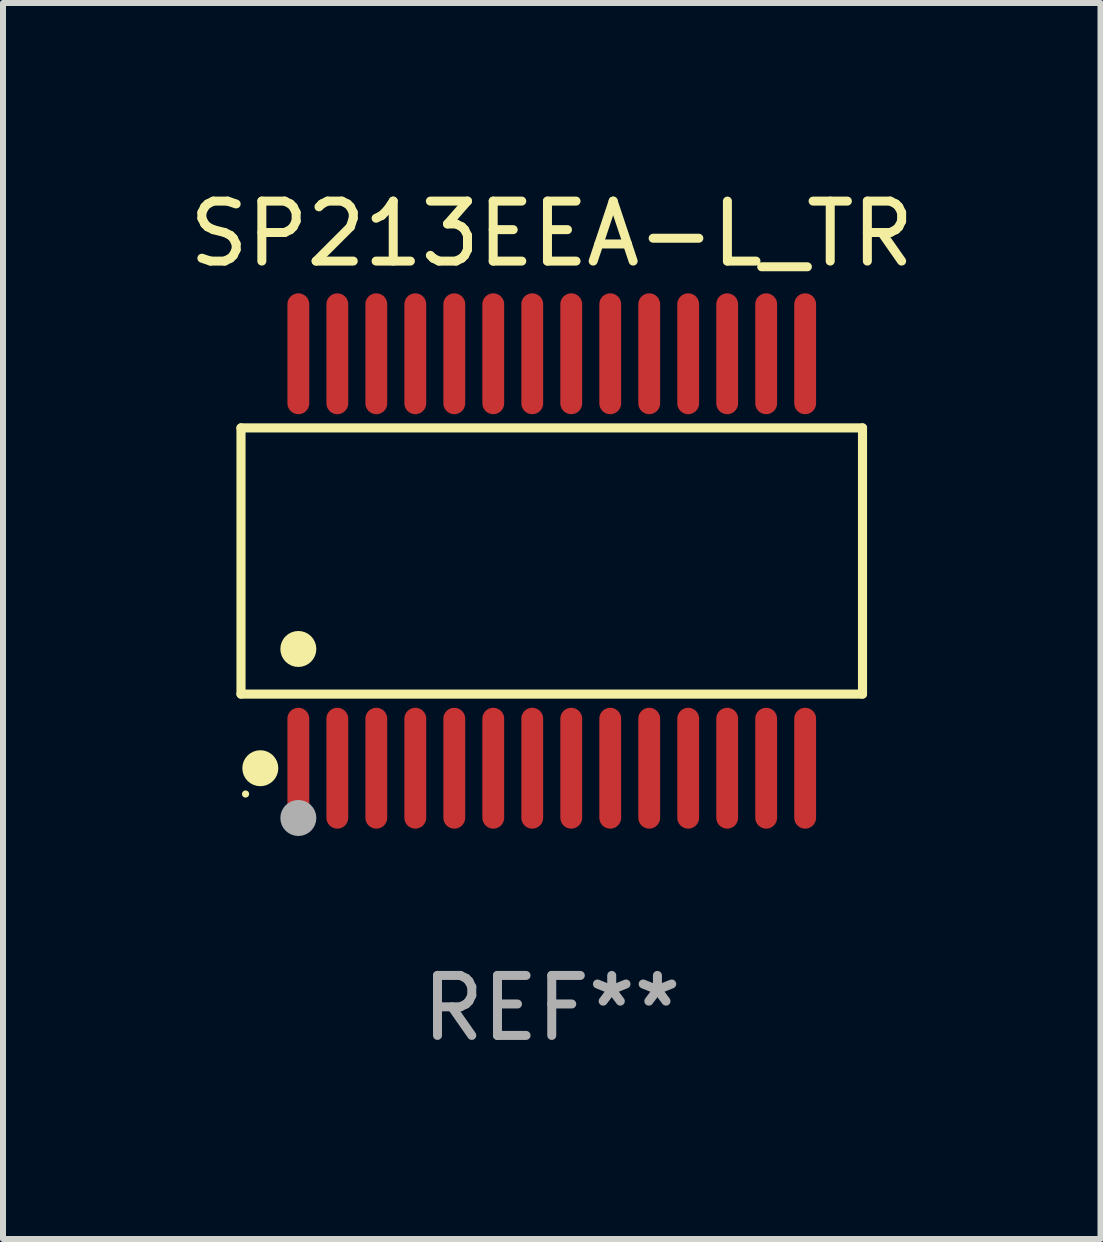
<source format=kicad_pcb>
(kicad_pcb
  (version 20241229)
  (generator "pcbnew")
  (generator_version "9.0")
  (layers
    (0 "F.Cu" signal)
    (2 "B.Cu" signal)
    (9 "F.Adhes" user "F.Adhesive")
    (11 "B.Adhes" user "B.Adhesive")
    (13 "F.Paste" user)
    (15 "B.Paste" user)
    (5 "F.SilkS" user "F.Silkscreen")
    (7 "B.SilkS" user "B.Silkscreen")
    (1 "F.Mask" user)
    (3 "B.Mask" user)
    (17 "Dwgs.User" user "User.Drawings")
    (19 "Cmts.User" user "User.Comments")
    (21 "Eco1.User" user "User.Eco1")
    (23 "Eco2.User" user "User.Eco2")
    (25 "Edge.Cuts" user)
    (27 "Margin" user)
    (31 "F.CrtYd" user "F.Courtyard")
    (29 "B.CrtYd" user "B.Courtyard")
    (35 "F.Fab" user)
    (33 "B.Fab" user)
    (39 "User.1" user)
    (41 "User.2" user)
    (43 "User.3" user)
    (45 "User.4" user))
  (footprint "SP213EEA-L_TR"
    (layer "F.Cu")
    (at 6.149 6.303)
    (property "Reference" "SP213EEA-L_TR" (at 0 -5.455 0) (layer "F.SilkS") (effects (font (size 1 1) (thickness 0.15))))
    (attr through_hole)
    (fp_line (start -5.181 -2.219) (end 5.181 -2.219) (stroke (width 0.152) (type solid)) (layer "F.SilkS"))
    (fp_line (start -5.181 2.219) (end -5.181 -2.219) (stroke (width 0.152) (type solid)) (layer "F.SilkS"))
    (fp_line (start 5.181 -2.219) (end 5.181 2.219) (stroke (width 0.152) (type solid)) (layer "F.SilkS"))
    (fp_line (start 5.181 2.219) (end -5.181 2.219) (stroke (width 0.152) (type solid)) (layer "F.SilkS"))
    (fp_circle (center -5.105 3.885) (end -5.075 3.885) (stroke (width 0.06) (type solid)) (fill no) (layer "F.SilkS"))
    (fp_circle (center -4.859 3.455) (end -4.709 3.455) (stroke (width 0.3) (type solid)) (fill no) (layer "F.SilkS"))
    (fp_circle (center -4.225 1.467) (end -4.075 1.467) (stroke (width 0.3) (type solid)) (fill no) (layer "F.SilkS"))
    (fp_circle (center -4.225 4.285) (end -4.075 4.285) (stroke (width 0.3) (type solid)) (fill no) (layer "F.Fab"))
    (fp_text user "REF**" (at 0 7.455 0) (layer "F.Fab") (effects (font (size 1 1) (thickness 0.15))))
    (pad "1" smd oval (at -4.225 3.455) (size 0.364 2.015) (layers "F.Cu" "F.Mask" "F.Paste"))
    (pad "2" smd oval (at -3.575 3.455) (size 0.364 2.015) (layers "F.Cu" "F.Mask" "F.Paste"))
    (pad "3" smd oval (at -2.925 3.455) (size 0.364 2.015) (layers "F.Cu" "F.Mask" "F.Paste"))
    (pad "4" smd oval (at -2.275 3.455) (size 0.364 2.015) (layers "F.Cu" "F.Mask" "F.Paste"))
    (pad "5" smd oval (at -1.625 3.455) (size 0.364 2.015) (layers "F.Cu" "F.Mask" "F.Paste"))
    (pad "6" smd oval (at -0.975 3.455) (size 0.364 2.015) (layers "F.Cu" "F.Mask" "F.Paste"))
    (pad "7" smd oval (at -0.325 3.455) (size 0.364 2.015) (layers "F.Cu" "F.Mask" "F.Paste"))
    (pad "8" smd oval (at 0.325 3.455) (size 0.364 2.015) (layers "F.Cu" "F.Mask" "F.Paste"))
    (pad "9" smd oval (at 0.975 3.455) (size 0.364 2.015) (layers "F.Cu" "F.Mask" "F.Paste"))
    (pad "10" smd oval (at 1.625 3.455) (size 0.364 2.015) (layers "F.Cu" "F.Mask" "F.Paste"))
    (pad "11" smd oval (at 2.275 3.455) (size 0.364 2.015) (layers "F.Cu" "F.Mask" "F.Paste"))
    (pad "12" smd oval (at 2.925 3.455) (size 0.364 2.015) (layers "F.Cu" "F.Mask" "F.Paste"))
    (pad "13" smd oval (at 3.575 3.455) (size 0.364 2.015) (layers "F.Cu" "F.Mask" "F.Paste"))
    (pad "14" smd oval (at 4.225 3.455) (size 0.364 2.015) (layers "F.Cu" "F.Mask" "F.Paste"))
    (pad "15" smd oval (at 4.225 -3.455) (size 0.364 2.015) (layers "F.Cu" "F.Mask" "F.Paste"))
    (pad "16" smd oval (at 3.575 -3.455) (size 0.364 2.015) (layers "F.Cu" "F.Mask" "F.Paste"))
    (pad "17" smd oval (at 2.925 -3.455) (size 0.364 2.015) (layers "F.Cu" "F.Mask" "F.Paste"))
    (pad "18" smd oval (at 2.275 -3.455) (size 0.364 2.015) (layers "F.Cu" "F.Mask" "F.Paste"))
    (pad "19" smd oval (at 1.625 -3.455) (size 0.364 2.015) (layers "F.Cu" "F.Mask" "F.Paste"))
    (pad "20" smd oval (at 0.975 -3.455) (size 0.364 2.015) (layers "F.Cu" "F.Mask" "F.Paste"))
    (pad "21" smd oval (at 0.325 -3.455) (size 0.364 2.015) (layers "F.Cu" "F.Mask" "F.Paste"))
    (pad "22" smd oval (at -0.325 -3.455) (size 0.364 2.015) (layers "F.Cu" "F.Mask" "F.Paste"))
    (pad "23" smd oval (at -0.975 -3.455) (size 0.364 2.015) (layers "F.Cu" "F.Mask" "F.Paste"))
    (pad "24" smd oval (at -1.625 -3.455) (size 0.364 2.015) (layers "F.Cu" "F.Mask" "F.Paste"))
    (pad "25" smd oval (at -2.275 -3.455) (size 0.364 2.015) (layers "F.Cu" "F.Mask" "F.Paste"))
    (pad "26" smd oval (at -2.925 -3.455) (size 0.364 2.015) (layers "F.Cu" "F.Mask" "F.Paste"))
    (pad "27" smd oval (at -3.575 -3.455) (size 0.364 2.015) (layers "F.Cu" "F.Mask" "F.Paste"))
    (pad "28" smd oval (at -4.225 -3.455) (size 0.364 2.015) (layers "F.Cu" "F.Mask" "F.Paste")))
  (gr_rect
    (start -3 -3)
    (end 15.298 17.607)
    (stroke (width 0.1) (type default))
    (fill no)
    (layer "Edge.Cuts")))
</source>
